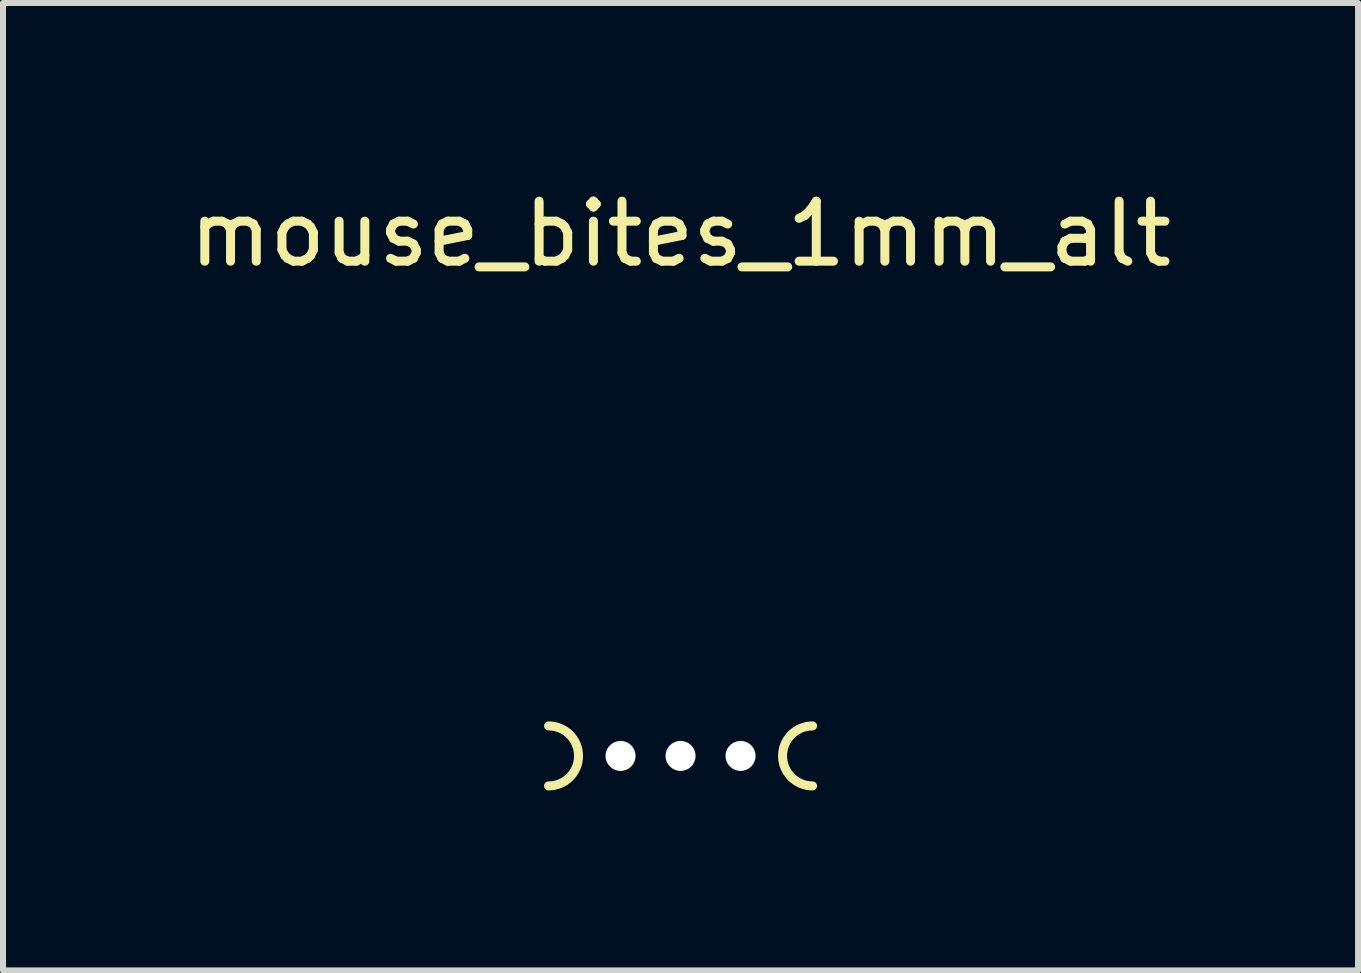
<source format=kicad_pcb>
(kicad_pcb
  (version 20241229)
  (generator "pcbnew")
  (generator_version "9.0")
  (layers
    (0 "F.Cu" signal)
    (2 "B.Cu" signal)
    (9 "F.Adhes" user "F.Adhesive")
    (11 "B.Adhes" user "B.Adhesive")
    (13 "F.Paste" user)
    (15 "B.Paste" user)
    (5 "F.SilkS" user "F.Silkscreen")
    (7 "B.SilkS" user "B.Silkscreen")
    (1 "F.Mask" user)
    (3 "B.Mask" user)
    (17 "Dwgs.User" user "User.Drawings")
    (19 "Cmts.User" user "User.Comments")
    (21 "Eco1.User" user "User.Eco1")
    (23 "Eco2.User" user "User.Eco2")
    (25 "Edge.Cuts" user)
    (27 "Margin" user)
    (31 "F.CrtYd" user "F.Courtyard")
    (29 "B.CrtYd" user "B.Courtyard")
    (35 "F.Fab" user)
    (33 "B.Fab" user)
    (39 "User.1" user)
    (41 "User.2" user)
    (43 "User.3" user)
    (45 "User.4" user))
  (footprint "mouse_bites_1mm_alt"
    (layer "F.Cu")
    (at 8.292 9.548)
    (property "Reference" "mouse_bites_1mm_alt" (at 0 -8.7 0) (layer "F.SilkS") (effects (font (size 1 1) (thickness 0.15))))
    (attr through_hole)
    (fp_arc (start -2.2 -0.5) (mid -1.7 0) (end -2.2 0.5) (stroke (width 0.15) (type solid)) (layer "F.SilkS"))
    (fp_arc (start 2.2 0.5) (mid 1.7 0) (end 2.2 -0.5) (stroke (width 0.15) (type solid)) (layer "F.SilkS"))
    (pad "" np_thru_hole circle (at -1 0) (size 0.5 0.5) (drill 0.5) (layers "*.Cu" "*.Mask"))
    (pad "" np_thru_hole circle (at 0 0) (size 0.5 0.5) (drill 0.5) (layers "*.Cu" "*.Mask"))
    (pad "" np_thru_hole circle (at 1 0) (size 0.5 0.5) (drill 0.5) (layers "*.Cu" "*.Mask")))
  (gr_rect
    (start -3 -3)
    (end 19.583 13.123)
    (stroke (width 0.1) (type default))
    (fill no)
    (layer "Edge.Cuts")))
</source>
